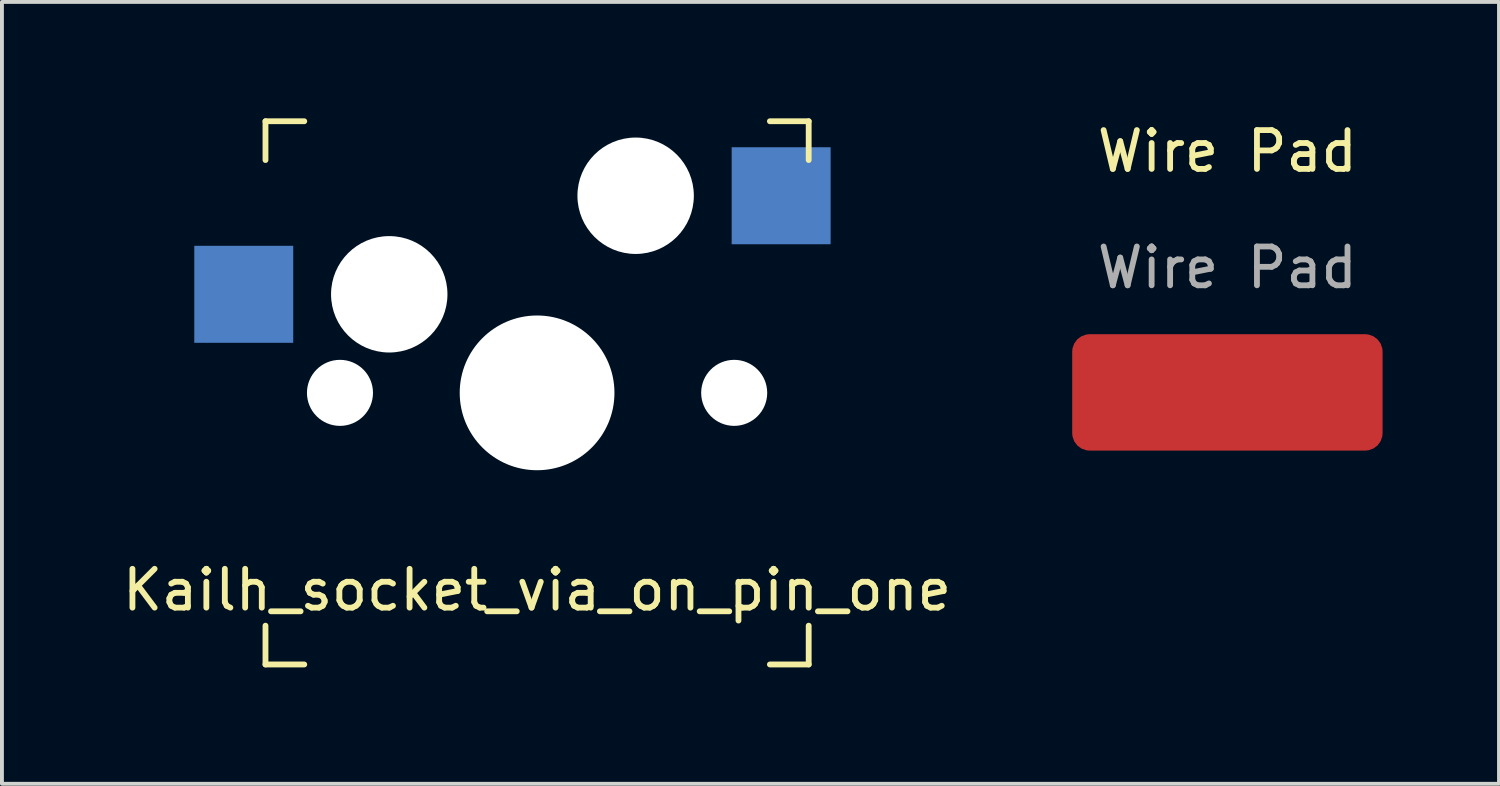
<source format=kicad_pcb>
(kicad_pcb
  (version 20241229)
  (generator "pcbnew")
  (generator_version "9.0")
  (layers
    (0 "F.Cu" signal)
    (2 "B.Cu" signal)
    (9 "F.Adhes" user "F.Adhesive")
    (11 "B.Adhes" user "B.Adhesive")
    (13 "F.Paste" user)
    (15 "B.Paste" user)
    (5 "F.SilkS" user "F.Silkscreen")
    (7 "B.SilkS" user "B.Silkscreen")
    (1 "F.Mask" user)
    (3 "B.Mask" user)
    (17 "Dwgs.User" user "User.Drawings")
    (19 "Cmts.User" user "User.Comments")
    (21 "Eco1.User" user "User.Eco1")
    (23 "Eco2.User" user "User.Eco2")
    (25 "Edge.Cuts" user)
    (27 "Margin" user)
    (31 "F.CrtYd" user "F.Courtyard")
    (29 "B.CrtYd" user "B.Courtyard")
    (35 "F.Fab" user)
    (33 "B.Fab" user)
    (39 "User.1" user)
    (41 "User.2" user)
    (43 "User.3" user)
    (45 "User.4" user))
  (footprint "Kailh_socket_via_on_pin_one"
    (layer "F.Cu")
    (at 10.792 7.075)
    (property "Reference" "Kailh_socket_via_on_pin_one" (at 0 5.08 0) (layer "F.SilkS") (effects (font (size 1 1) (thickness 0.15))))
    (attr through_hole)
    (fp_line (start -7 -7) (end -6 -7) (stroke (width 0.15) (type solid)) (layer "F.SilkS"))
    (fp_line (start -7 -6) (end -7 -7) (stroke (width 0.15) (type solid)) (layer "F.SilkS"))
    (fp_line (start -7 7) (end -7 6) (stroke (width 0.15) (type solid)) (layer "F.SilkS"))
    (fp_line (start -6 7) (end -7 7) (stroke (width 0.15) (type solid)) (layer "F.SilkS"))
    (fp_line (start 6 -7) (end 7 -7) (stroke (width 0.15) (type solid)) (layer "F.SilkS"))
    (fp_line (start 7 -7) (end 7 -6) (stroke (width 0.15) (type solid)) (layer "F.SilkS"))
    (fp_line (start 7 6) (end 7 7) (stroke (width 0.15) (type solid)) (layer "F.SilkS"))
    (fp_line (start 7 7) (end 6 7) (stroke (width 0.15) (type solid)) (layer "F.SilkS"))
    (pad "" np_thru_hole circle (at -5.08 0) (size 1.702 1.702) (drill 1.702) (layers "*.Cu" "*.Mask"))
    (pad "" np_thru_hole circle (at -3.81 -2.54) (size 3 3) (drill 3) (layers "*.Cu" "*.Mask"))
    (pad "" np_thru_hole circle (at 0 0) (size 3.988 3.988) (drill 3.988) (layers "*.Cu" "*.Mask"))
    (pad "" np_thru_hole circle (at 2.54 -5.08) (size 3 3) (drill 3) (layers "*.Cu" "*.Mask"))
    (pad "" np_thru_hole circle (at 5.08 0) (size 1.702 1.702) (drill 1.702) (layers "*.Cu" "*.Mask"))
    (pad "1" smd rect (at 6.29 -5.08) (size 2.55 2.5) (layers "B.Cu" "B.Mask" "B.Paste"))
    (pad "2" smd rect (at -7.56 -2.54) (size 2.55 2.5) (layers "B.Cu" "B.Mask" "B.Paste")))
  (footprint "Wire Pad"
    (layer "F.Cu")
    (at 28.583 1.348)
    (property "Reference" "Wire Pad" (at 0 -0.5 0) (unlocked yes) (layer "F.SilkS") (effects (font (size 1 1) (thickness 0.15))))
    (attr smd)
    (fp_text user "${REFERENCE}" (at 0 2.5 0) (unlocked yes) (layer "F.Fab") (effects (font (size 1 1) (thickness 0.15))))
    (pad "1" smd roundrect (at 0 5.715) (size 8 3) (layers "F.Cu" "F.Mask" "F.Paste") (roundrect_rratio 0.15)))
  (gr_rect
    (start -3 -3)
    (end 35.583 17.15)
    (stroke (width 0.1) (type default))
    (fill no)
    (layer "Edge.Cuts")))
</source>
